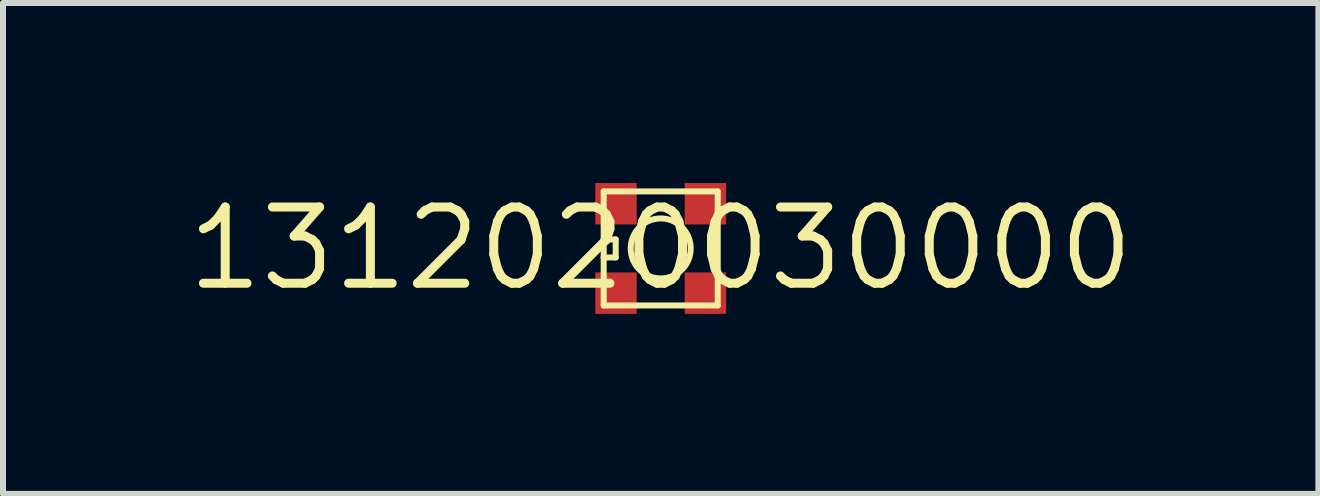
<source format=kicad_pcb>
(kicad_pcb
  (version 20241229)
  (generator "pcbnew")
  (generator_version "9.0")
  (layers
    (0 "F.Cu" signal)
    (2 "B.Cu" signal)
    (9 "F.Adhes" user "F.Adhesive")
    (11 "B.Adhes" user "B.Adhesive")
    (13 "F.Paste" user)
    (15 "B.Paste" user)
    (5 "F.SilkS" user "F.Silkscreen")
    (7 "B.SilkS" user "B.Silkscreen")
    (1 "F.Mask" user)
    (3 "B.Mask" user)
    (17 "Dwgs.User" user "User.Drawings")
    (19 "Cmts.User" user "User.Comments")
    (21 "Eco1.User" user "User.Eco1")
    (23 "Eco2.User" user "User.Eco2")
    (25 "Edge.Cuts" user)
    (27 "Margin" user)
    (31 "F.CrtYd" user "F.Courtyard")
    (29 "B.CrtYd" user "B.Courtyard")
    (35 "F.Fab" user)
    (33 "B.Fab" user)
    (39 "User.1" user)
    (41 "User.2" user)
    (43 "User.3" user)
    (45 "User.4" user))
  (footprint "1312020030000"
    (layer "F.Cu")
    (at 7.96 1.09)
    (property "Reference" "1312020030000" (at 0 0 0) (unlocked yes) (layer "F.SilkS") (effects (font (size 1.27 1.27) (thickness 0.15))))
    (fp_line (start -0.95 -0.95) (end 0.95 -0.95) (stroke (width 0.1) (type solid)) (layer "F.SilkS"))
    (fp_line (start -0.95 -0.15) (end -0.95 -0.95) (stroke (width 0.1) (type solid)) (layer "F.SilkS"))
    (fp_line (start -0.95 0.15) (end -0.95 -0.15) (stroke (width 0.1) (type solid)) (layer "F.SilkS"))
    (fp_line (start -0.95 0.95) (end -0.95 0.15) (stroke (width 0.1) (type solid)) (layer "F.SilkS"))
    (fp_line (start -0.75 -0.15) (end -0.95 -0.15) (stroke (width 0.1) (type solid)) (layer "F.SilkS"))
    (fp_line (start -0.75 0.15) (end -0.95 0.15) (stroke (width 0.1) (type solid)) (layer "F.SilkS"))
    (fp_line (start -0.75 0.15) (end -0.75 -0.15) (stroke (width 0.1) (type solid)) (layer "F.SilkS"))
    (fp_line (start 0.95 -0.95) (end 0.95 0.95) (stroke (width 0.1) (type solid)) (layer "F.SilkS"))
    (fp_line (start 0.95 0.95) (end -0.95 0.95) (stroke (width 0.1) (type solid)) (layer "F.SilkS"))
    (fp_circle (center 0 0) (end 0.5 0) (stroke (width 0.1) (type solid)) (fill no) (layer "F.SilkS"))
    (pad "1-DOUT" smd rect (at -0.745 0.745 180) (size 0.69 0.69) (layers "F.Cu" "F.Mask" "F.Paste"))
    (pad "2-VDD" smd rect (at -0.745 -0.745 180) (size 0.69 0.69) (layers "F.Cu" "F.Mask" "F.Paste"))
    (pad "3-DIN" smd rect (at 0.745 -0.745 180) (size 0.69 0.69) (layers "F.Cu" "F.Mask" "F.Paste"))
    (pad "4-GND" smd rect (at 0.745 0.745 180) (size 0.69 0.69) (layers "F.Cu" "F.Mask" "F.Paste")))
  (gr_rect
    (start -3 -3)
    (end 18.92 5.18)
    (stroke (width 0.1) (type default))
    (fill no)
    (layer "Edge.Cuts")))
</source>
